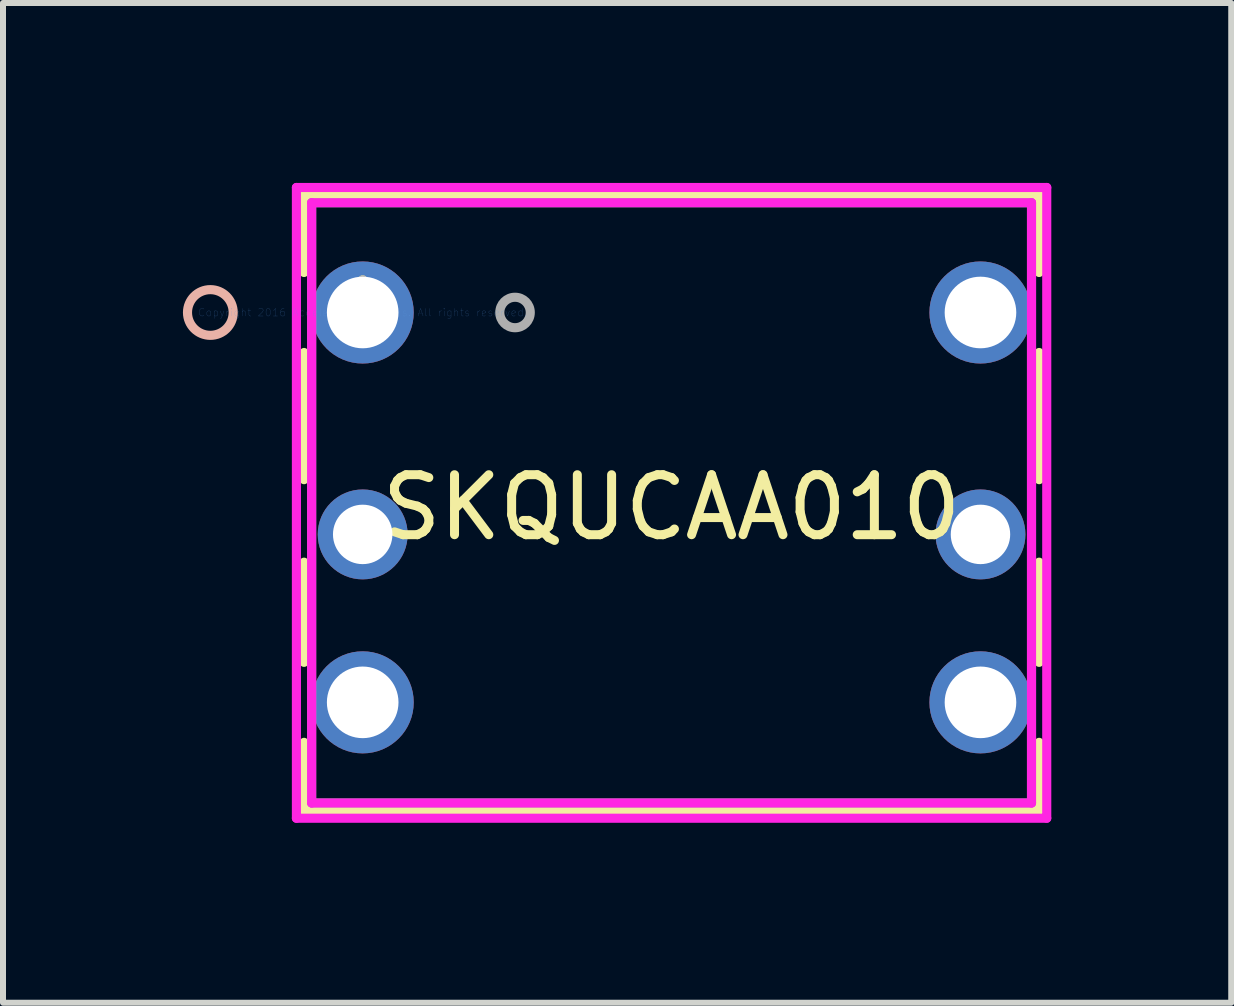
<source format=kicad_pcb>
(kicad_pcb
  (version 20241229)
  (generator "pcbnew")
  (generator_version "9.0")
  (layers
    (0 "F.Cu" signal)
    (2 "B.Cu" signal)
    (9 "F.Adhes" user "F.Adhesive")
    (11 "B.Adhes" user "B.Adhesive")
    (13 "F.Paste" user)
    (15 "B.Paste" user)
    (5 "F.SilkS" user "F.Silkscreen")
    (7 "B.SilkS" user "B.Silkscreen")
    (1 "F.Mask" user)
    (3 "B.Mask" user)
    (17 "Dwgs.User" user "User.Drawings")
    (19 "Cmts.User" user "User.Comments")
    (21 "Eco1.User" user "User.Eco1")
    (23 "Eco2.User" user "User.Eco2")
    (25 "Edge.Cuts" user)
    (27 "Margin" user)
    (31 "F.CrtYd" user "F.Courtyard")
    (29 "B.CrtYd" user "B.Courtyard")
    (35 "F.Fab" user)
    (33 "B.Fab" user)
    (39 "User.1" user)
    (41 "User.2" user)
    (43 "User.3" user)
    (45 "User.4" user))
  (footprint "SKQUCAA010"
    (layer "F.Cu")
    (at 2.997 2.16)
    (property "Reference" "SKQUCAA010" (at 5.15 3.25 0) (layer "F.SilkS") (effects (font (size 1 1) (thickness 0.15))))
    (attr through_hole)
    (fp_line (start -0.978 -1.957) (end -0.978 -0.667) (stroke (width 0.152) (type solid)) (layer "F.SilkS"))
    (fp_line (start -0.978 0.667) (end -0.978 2.787) (stroke (width 0.152) (type solid)) (layer "F.SilkS"))
    (fp_line (start -0.978 4.163) (end -0.978 5.833) (stroke (width 0.152) (type solid)) (layer "F.SilkS"))
    (fp_line (start -0.978 7.167) (end -0.978 8.305) (stroke (width 0.152) (type solid)) (layer "F.SilkS"))
    (fp_line (start -0.978 8.305) (end 11.278 8.305) (stroke (width 0.152) (type solid)) (layer "F.SilkS"))
    (fp_line (start 11.278 -1.957) (end -0.978 -1.957) (stroke (width 0.152) (type solid)) (layer "F.SilkS"))
    (fp_line (start 11.278 -0.667) (end 11.278 -1.957) (stroke (width 0.152) (type solid)) (layer "F.SilkS"))
    (fp_line (start 11.278 2.787) (end 11.278 0.667) (stroke (width 0.152) (type solid)) (layer "F.SilkS"))
    (fp_line (start 11.278 5.833) (end 11.278 4.163) (stroke (width 0.152) (type solid)) (layer "F.SilkS"))
    (fp_line (start 11.278 8.305) (end 11.278 7.167) (stroke (width 0.152) (type solid)) (layer "F.SilkS"))
    (fp_circle (center -2.54 0) (end -2.159 0) (stroke (width 0.152) (type solid)) (fill no) (layer "B.SilkS"))
    (fp_line (start -1.105 -2.084) (end -1.105 8.432) (stroke (width 0.152) (type solid)) (layer "F.CrtYd"))
    (fp_line (start -1.105 8.432) (end 11.405 8.432) (stroke (width 0.152) (type solid)) (layer "F.CrtYd"))
    (fp_line (start -0.851 -1.83) (end -0.851 8.178) (stroke (width 0.152) (type solid)) (layer "F.CrtYd"))
    (fp_line (start -0.851 8.178) (end 11.151 8.178) (stroke (width 0.152) (type solid)) (layer "F.CrtYd"))
    (fp_line (start 11.151 -1.83) (end -0.851 -1.83) (stroke (width 0.152) (type solid)) (layer "F.CrtYd"))
    (fp_line (start 11.151 8.178) (end 11.151 -1.83) (stroke (width 0.152) (type solid)) (layer "F.CrtYd"))
    (fp_line (start 11.405 -2.084) (end -1.105 -2.084) (stroke (width 0.152) (type solid)) (layer "F.CrtYd"))
    (fp_line (start 11.405 8.432) (end 11.405 -2.084) (stroke (width 0.152) (type solid)) (layer "F.CrtYd"))
    (fp_line (start -0.851 -1.83) (end -0.851 8.178) (stroke (width 0.152) (type solid)) (layer "F.Fab"))
    (fp_line (start -0.851 8.178) (end 11.151 8.178) (stroke (width 0.152) (type solid)) (layer "F.Fab"))
    (fp_line (start 11.151 -1.83) (end -0.851 -1.83) (stroke (width 0.152) (type solid)) (layer "F.Fab"))
    (fp_line (start 11.151 8.178) (end 11.151 -1.83) (stroke (width 0.152) (type solid)) (layer "F.Fab"))
    (fp_circle (center 2.54 0) (end 2.794 0) (stroke (width 0.152) (type solid)) (fill no) (layer "F.Fab"))
    (fp_text user "*" (at 0 0 0) (layer "F.SilkS") (effects (font (size 1 1) (thickness 0.15))))
    (fp_text user "Copyright 2016 Accelerated Designs. All rights reserved." (at 0 0 0) (layer "Cmts.User") (effects (font (size 0.127 0.127) (thickness 0.002))))
    (fp_text user "*" (at 0 0 0) (layer "F.Fab") (effects (font (size 1 1) (thickness 0.15))))
    (pad "1" thru_hole circle (at 0 0) (size 1.702 1.702) (drill 1.194) (layers "*.Cu" "*.Mask"))
    (pad "2" thru_hole circle (at 0 3.7) (size 1.499 1.499) (drill 0.991) (layers "*.Cu" "*.Mask"))
    (pad "3" thru_hole circle (at 0 6.5) (size 1.702 1.702) (drill 1.194) (layers "*.Cu" "*.Mask"))
    (pad "4" thru_hole circle (at 10.3 6.5) (size 1.702 1.702) (drill 1.194) (layers "*.Cu" "*.Mask"))
    (pad "5" thru_hole circle (at 10.3 3.7) (size 1.499 1.499) (drill 0.991) (layers "*.Cu" "*.Mask"))
    (pad "6" thru_hole circle (at 10.3 0) (size 1.702 1.702) (drill 1.194) (layers "*.Cu" "*.Mask")))
  (gr_rect
    (start -3 -3)
    (end 17.478 13.668)
    (stroke (width 0.1) (type default))
    (fill no)
    (layer "Edge.Cuts")))
</source>
